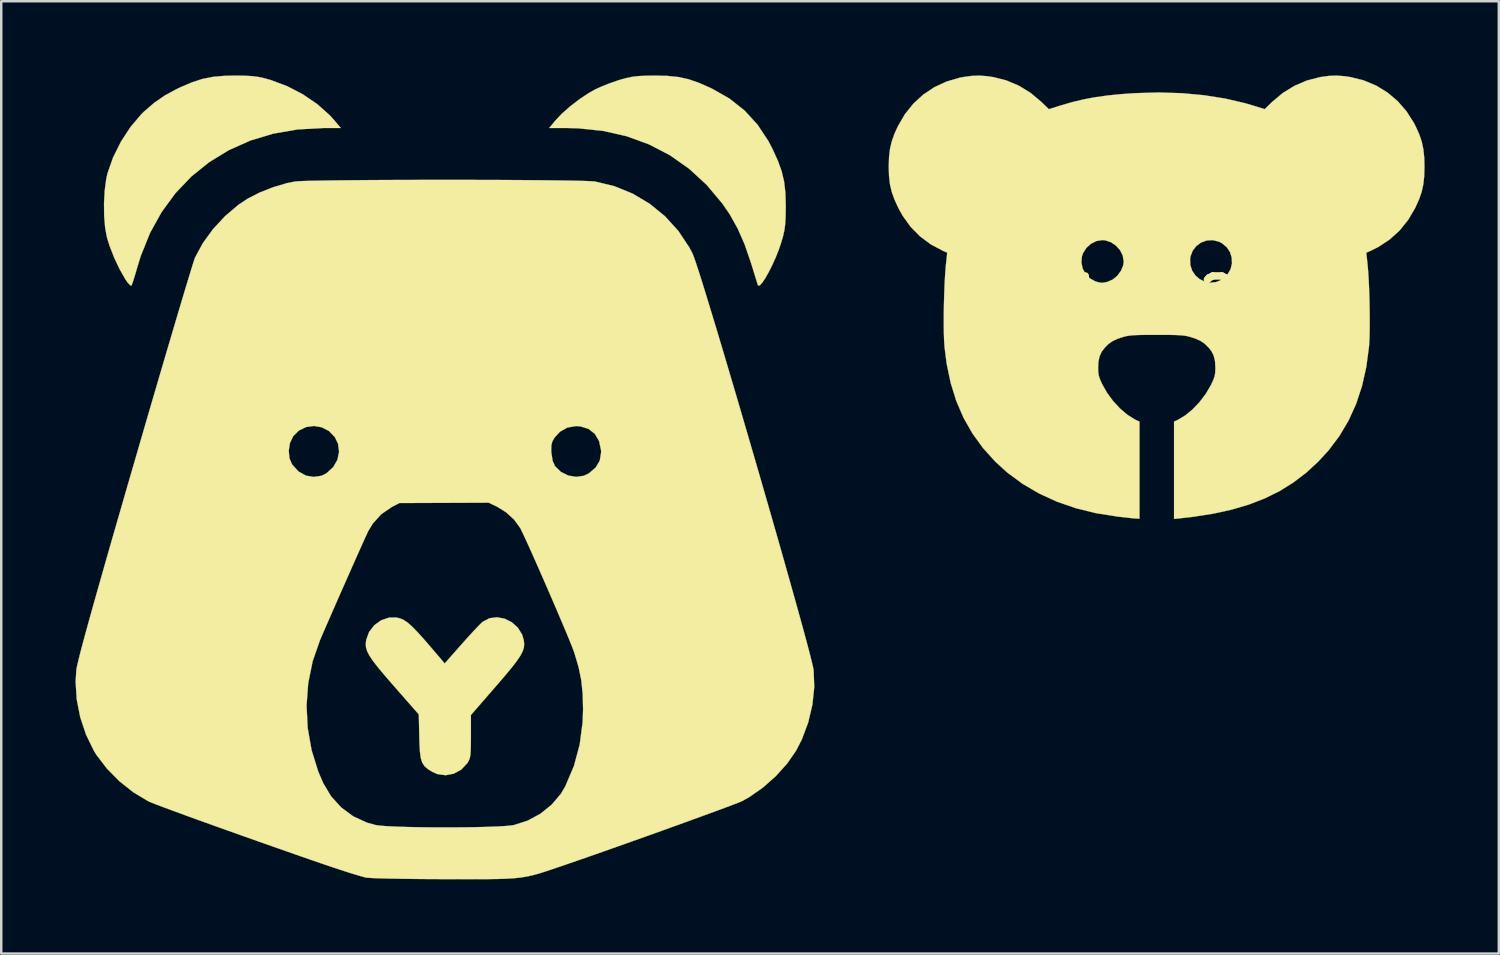
<source format=kicad_pcb>
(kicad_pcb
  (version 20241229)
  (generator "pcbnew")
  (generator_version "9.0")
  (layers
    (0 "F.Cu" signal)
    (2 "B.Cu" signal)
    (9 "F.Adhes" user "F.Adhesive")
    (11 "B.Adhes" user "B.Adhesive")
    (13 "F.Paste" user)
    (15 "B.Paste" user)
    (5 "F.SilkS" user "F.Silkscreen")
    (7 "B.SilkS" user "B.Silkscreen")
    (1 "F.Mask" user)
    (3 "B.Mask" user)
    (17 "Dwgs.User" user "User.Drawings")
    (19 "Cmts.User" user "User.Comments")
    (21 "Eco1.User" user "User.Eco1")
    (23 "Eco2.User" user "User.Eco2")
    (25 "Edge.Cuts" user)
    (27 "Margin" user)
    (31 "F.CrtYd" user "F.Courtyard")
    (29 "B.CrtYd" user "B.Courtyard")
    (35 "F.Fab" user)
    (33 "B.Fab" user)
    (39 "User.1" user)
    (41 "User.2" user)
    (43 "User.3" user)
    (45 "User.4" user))
  (footprint "bear1"
    (layer "F.Cu")
    (at 14.896 16.219)
    (property "Reference" "bear1" (at 0 0 0) (layer "F.SilkS") (effects (font (size 1.524 1.524) (thickness 0.3))))
    (attr through_hole)
    (fp_poly (pts (xy -8.037 -16.208) (xy -7.745 -16.192) (xy -7.5 -16.16) (xy -7.259 -16.107) (xy -7.017 -16.039) (xy -6.348 -15.789) (xy -5.707 -15.456) (xy -5.122 -15.057) (xy -4.622 -14.611) (xy -4.443 -14.412) (xy -4.179 -14.097) (xy -4.891 -14.097) (xy -5.925 -14.039) (xy -6.907 -13.869) (xy -7.833 -13.59) (xy -8.695 -13.206) (xy -9.49 -12.721) (xy -10.212 -12.141) (xy -10.855 -11.467) (xy -11.414 -10.706) (xy -11.883 -9.86) (xy -12.257 -8.933) (xy -12.388 -8.509) (xy -12.472 -8.22) (xy -12.547 -7.976) (xy -12.605 -7.803) (xy -12.638 -7.727) (xy -12.692 -7.748) (xy -12.788 -7.853) (xy -12.879 -7.983) (xy -13.111 -8.391) (xy -13.334 -8.863) (xy -13.521 -9.341) (xy -13.627 -9.684) (xy -13.699 -10.079) (xy -13.738 -10.554) (xy -13.743 -11.066) (xy -13.715 -11.572) (xy -13.655 -12.028) (xy -13.603 -12.264) (xy -13.377 -12.909) (xy -13.059 -13.547) (xy -12.67 -14.142) (xy -12.233 -14.657) (xy -12.12 -14.767) (xy -11.712 -15.118) (xy -11.291 -15.409) (xy -10.806 -15.672) (xy -10.647 -15.747) (xy -10.186 -15.944) (xy -9.765 -16.08) (xy -9.343 -16.164) (xy -8.876 -16.205) (xy -8.414 -16.214) (xy -8.037 -16.208)) (stroke (width 0.01) (type solid)) (fill yes) (layer "F.SilkS"))
    (fp_poly (pts (xy 9.006 -16.203) (xy 9.454 -16.158) (xy 9.864 -16.07) (xy 10.279 -15.928) (xy 10.744 -15.724) (xy 10.827 -15.684) (xy 11.532 -15.282) (xy 12.14 -14.8) (xy 12.66 -14.233) (xy 13.098 -13.57) (xy 13.27 -13.24) (xy 13.486 -12.764) (xy 13.637 -12.344) (xy 13.733 -11.936) (xy 13.785 -11.498) (xy 13.801 -10.985) (xy 13.801 -10.89) (xy 13.795 -10.512) (xy 13.779 -10.22) (xy 13.747 -9.975) (xy 13.694 -9.735) (xy 13.629 -9.507) (xy 13.524 -9.195) (xy 13.397 -8.874) (xy 13.256 -8.562) (xy 13.112 -8.275) (xy 12.974 -8.031) (xy 12.851 -7.848) (xy 12.753 -7.741) (xy 12.688 -7.729) (xy 12.674 -7.753) (xy 12.646 -7.844) (xy 12.587 -8.031) (xy 12.507 -8.29) (xy 12.413 -8.594) (xy 12.388 -8.674) (xy 12.137 -9.402) (xy 11.858 -10.036) (xy 11.538 -10.609) (xy 11.236 -11.049) (xy 10.602 -11.803) (xy 9.895 -12.452) (xy 9.121 -12.997) (xy 8.281 -13.434) (xy 7.379 -13.763) (xy 6.42 -13.981) (xy 5.407 -14.086) (xy 4.965 -14.097) (xy 4.246 -14.097) (xy 4.488 -14.394) (xy 4.751 -14.672) (xy 5.091 -14.972) (xy 5.471 -15.264) (xy 5.853 -15.517) (xy 6.102 -15.656) (xy 6.378 -15.781) (xy 6.711 -15.912) (xy 7.039 -16.025) (xy 7.094 -16.042) (xy 7.36 -16.116) (xy 7.598 -16.166) (xy 7.848 -16.195) (xy 8.15 -16.209) (xy 8.477 -16.214) (xy 9.006 -16.203)) (stroke (width 0.01) (type solid)) (fill yes) (layer "F.SilkS"))
    (fp_poly (pts (xy 2.443 5.728) (xy 2.729 5.87) (xy 2.971 6.085) (xy 3.146 6.364) (xy 3.213 6.585) (xy 3.232 6.735) (xy 3.222 6.881) (xy 3.176 7.035) (xy 3.085 7.213) (xy 2.941 7.428) (xy 2.736 7.695) (xy 2.462 8.025) (xy 2.11 8.435) (xy 2.096 8.45) (xy 1.08 9.62) (xy 1.08 10.484) (xy 1.078 10.837) (xy 1.071 11.088) (xy 1.055 11.263) (xy 1.026 11.388) (xy 0.982 11.487) (xy 0.935 11.563) (xy 0.691 11.824) (xy 0.39 11.989) (xy 0.059 12.052) (xy -0.275 12.006) (xy -0.47 11.921) (xy -0.656 11.806) (xy -0.791 11.689) (xy -0.884 11.548) (xy -0.944 11.361) (xy -0.979 11.105) (xy -0.998 10.758) (xy -1.005 10.509) (xy -1.025 9.596) (xy -2.036 8.443) (xy -2.392 8.033) (xy -2.669 7.702) (xy -2.876 7.435) (xy -3.021 7.22) (xy -3.112 7.041) (xy -3.159 6.884) (xy -3.168 6.737) (xy -3.15 6.585) (xy -3.031 6.26) (xy -2.82 5.989) (xy -2.543 5.791) (xy -2.225 5.684) (xy -1.929 5.681) (xy -1.779 5.716) (xy -1.632 5.781) (xy -1.474 5.888) (xy -1.291 6.05) (xy -1.068 6.279) (xy -0.792 6.587) (xy -0.545 6.874) (xy 0.021 7.536) (xy 0.707 6.759) (xy 0.951 6.486) (xy 1.179 6.237) (xy 1.371 6.034) (xy 1.509 5.895) (xy 1.558 5.852) (xy 1.833 5.709) (xy 2.136 5.671) (xy 2.443 5.728)) (stroke (width 0.01) (type solid)) (fill yes) (layer "F.SilkS"))
    (fp_poly (pts (xy 0.731 -12.002) (xy 1.501 -12) (xy 2.248 -11.998) (xy 2.963 -11.994) (xy 3.633 -11.989) (xy 4.247 -11.983) (xy 4.794 -11.976) (xy 5.262 -11.968) (xy 5.639 -11.959) (xy 5.915 -11.948) (xy 6.078 -11.937) (xy 6.096 -11.934) (xy 6.88 -11.746) (xy 7.621 -11.443) (xy 8.306 -11.034) (xy 8.923 -10.53) (xy 9.462 -9.937) (xy 9.908 -9.265) (xy 10.031 -9.033) (xy 10.085 -8.898) (xy 10.171 -8.65) (xy 10.286 -8.298) (xy 10.428 -7.851) (xy 10.593 -7.317) (xy 10.779 -6.707) (xy 10.985 -6.029) (xy 11.206 -5.292) (xy 11.44 -4.506) (xy 11.685 -3.678) (xy 11.938 -2.82) (xy 12.196 -1.938) (xy 12.457 -1.043) (xy 12.719 -0.144) (xy 12.977 0.75) (xy 13.231 1.631) (xy 13.477 2.489) (xy 13.712 3.315) (xy 13.934 4.101) (xy 14.141 4.836) (xy 14.329 5.512) (xy 14.497 6.12) (xy 14.641 6.651) (xy 14.758 7.096) (xy 14.847 7.445) (xy 14.904 7.69) (xy 14.926 7.807) (xy 14.952 8.489) (xy 14.877 9.204) (xy 14.708 9.92) (xy 14.451 10.606) (xy 14.218 11.06) (xy 13.856 11.582) (xy 13.4 12.088) (xy 12.881 12.548) (xy 12.331 12.933) (xy 12.033 13.098) (xy 11.919 13.147) (xy 11.698 13.233) (xy 11.383 13.351) (xy 10.986 13.499) (xy 10.52 13.669) (xy 9.998 13.859) (xy 9.433 14.064) (xy 8.838 14.278) (xy 8.225 14.498) (xy 7.608 14.718) (xy 6.998 14.935) (xy 6.409 15.143) (xy 5.853 15.338) (xy 5.343 15.515) (xy 4.893 15.67) (xy 4.731 15.726) (xy 4.381 15.844) (xy 4.084 15.944) (xy 3.822 16.026) (xy 3.582 16.092) (xy 3.348 16.144) (xy 3.105 16.184) (xy 2.838 16.213) (xy 2.533 16.232) (xy 2.175 16.244) (xy 1.747 16.25) (xy 1.236 16.252) (xy 0.626 16.252) (xy -0.011 16.25) (xy -0.618 16.248) (xy -1.192 16.243) (xy -1.72 16.236) (xy -2.188 16.228) (xy -2.582 16.218) (xy -2.888 16.207) (xy -3.092 16.195) (xy -3.175 16.185) (xy -3.379 16.128) (xy -3.607 16.061) (xy -3.869 15.98) (xy -4.174 15.881) (xy -4.533 15.762) (xy -4.954 15.619) (xy -5.449 15.448) (xy -6.028 15.247) (xy -6.699 15.011) (xy -7.473 14.739) (xy -8.056 14.533) (xy -8.71 14.3) (xy -9.337 14.076) (xy -9.924 13.865) (xy -10.461 13.67) (xy -10.934 13.496) (xy -11.333 13.348) (xy -11.646 13.229) (xy -11.861 13.145) (xy -11.961 13.101) (xy -12.556 12.743) (xy -13.122 12.295) (xy -13.628 11.783) (xy -14.046 11.235) (xy -14.153 11.063) (xy -14.47 10.413) (xy -14.704 9.711) (xy -14.798 9.235) (xy -5.56 9.235) (xy -5.515 10.144) (xy -5.357 11.039) (xy -5.088 11.904) (xy -4.889 12.369) (xy -4.568 12.906) (xy -4.158 13.357) (xy -3.672 13.715) (xy -3.121 13.968) (xy -2.777 14.064) (xy -2.586 14.091) (xy -2.288 14.113) (xy -1.899 14.131) (xy -1.441 14.145) (xy -0.931 14.154) (xy -0.388 14.16) (xy 0.168 14.161) (xy 0.72 14.158) (xy 1.247 14.151) (xy 1.732 14.139) (xy 2.155 14.123) (xy 2.497 14.103) (xy 2.74 14.079) (xy 2.811 14.067) (xy 3.37 13.889) (xy 3.887 13.61) (xy 4.342 13.243) (xy 4.712 12.808) (xy 4.891 12.506) (xy 5.241 11.683) (xy 5.474 10.821) (xy 5.594 9.912) (xy 5.612 9.398) (xy 5.597 8.769) (xy 5.539 8.213) (xy 5.43 7.68) (xy 5.263 7.119) (xy 5.239 7.048) (xy 5.172 6.871) (xy 5.062 6.598) (xy 4.916 6.245) (xy 4.741 5.831) (xy 4.545 5.372) (xy 4.336 4.885) (xy 4.12 4.387) (xy 3.905 3.895) (xy 3.698 3.427) (xy 3.508 2.999) (xy 3.34 2.628) (xy 3.203 2.332) (xy 3.105 2.127) (xy 3.072 2.064) (xy 2.829 1.729) (xy 2.503 1.429) (xy 2.154 1.212) (xy 1.799 1.041) (xy -0.005 1.048) (xy -1.81 1.055) (xy -2.127 1.221) (xy -2.54 1.505) (xy -2.883 1.882) (xy -3.07 2.191) (xy -3.129 2.318) (xy -3.232 2.544) (xy -3.371 2.853) (xy -3.539 3.228) (xy -3.727 3.652) (xy -3.929 4.109) (xy -4.138 4.58) (xy -4.345 5.051) (xy -4.543 5.503) (xy -4.725 5.919) (xy -4.884 6.284) (xy -5.011 6.58) (xy -5.021 6.604) (xy -5.314 7.447) (xy -5.493 8.33) (xy -5.56 9.235) (xy -14.798 9.235) (xy -14.846 8.987) (xy -14.891 8.273) (xy -14.861 7.802) (xy -14.838 7.67) (xy -14.79 7.458) (xy -14.717 7.163) (xy -14.617 6.782) (xy -14.49 6.311) (xy -14.334 5.746) (xy -14.149 5.084) (xy -13.933 4.32) (xy -13.686 3.452) (xy -13.406 2.476) (xy -13.092 1.388) (xy -12.744 0.183) (xy -12.506 -0.635) (xy -12.383 -1.058) (xy -6.281 -1.058) (xy -6.251 -0.752) (xy -6.148 -0.51) (xy -5.89 -0.222) (xy -5.586 -0.052) (xy -5.271 0) (xy -4.955 -0.046) (xy -4.758 -0.144) (xy -4.486 -0.392) (xy -4.314 -0.69) (xy -4.246 -1.014) (xy -4.251 -1.057) (xy 4.326 -1.057) (xy 4.33 -0.983) (xy 4.38 -0.653) (xy 4.479 -0.432) (xy 4.718 -0.201) (xy 5.014 -0.055) (xy 5.333 -0.002) (xy 5.644 -0.046) (xy 5.847 -0.144) (xy 6.126 -0.385) (xy 6.287 -0.66) (xy 6.34 -0.984) (xy 6.337 -1.084) (xy 6.258 -1.453) (xy 6.086 -1.742) (xy 5.83 -1.942) (xy 5.499 -2.044) (xy 5.329 -2.055) (xy 4.978 -1.996) (xy 4.672 -1.823) (xy 4.456 -1.584) (xy 4.369 -1.431) (xy 4.329 -1.273) (xy 4.326 -1.057) (xy -4.251 -1.057) (xy -4.288 -1.34) (xy -4.415 -1.604) (xy -4.652 -1.853) (xy -4.943 -2.005) (xy -5.261 -2.059) (xy -5.578 -2.016) (xy -5.87 -1.874) (xy -6.104 -1.64) (xy -6.232 -1.37) (xy -6.281 -1.058) (xy -12.383 -1.058) (xy -12.222 -1.613) (xy -11.946 -2.561) (xy -11.679 -3.472) (xy -11.425 -4.338) (xy -11.186 -5.151) (xy -10.963 -5.905) (xy -10.76 -6.591) (xy -10.578 -7.202) (xy -10.419 -7.73) (xy -10.286 -8.167) (xy -10.182 -8.507) (xy -10.108 -8.741) (xy -10.066 -8.861) (xy -10.063 -8.868) (xy -9.751 -9.445) (xy -9.34 -10.01) (xy -8.856 -10.533) (xy -8.326 -10.984) (xy -7.944 -11.24) (xy -7.458 -11.489) (xy -6.907 -11.706) (xy -6.351 -11.87) (xy -6.032 -11.934) (xy -5.895 -11.946) (xy -5.641 -11.957) (xy -5.284 -11.966) (xy -4.834 -11.974) (xy -4.303 -11.982) (xy -3.701 -11.988) (xy -3.042 -11.993) (xy -2.335 -11.997) (xy -1.593 -12) (xy -0.827 -12.001) (xy -0.049 -12.002) (xy 0.731 -12.002)) (stroke (width 0.01) (type solid)) (fill yes) (layer "F.SilkS")))
  (footprint "bear2"
    (layer "F.Cu")
    (at 43.665 8.933)
    (property "Reference" "bear2" (at 0 0 0) (layer "F.SilkS") (effects (font (size 1.524 1.524) (thickness 0.3))))
    (attr through_hole)
    (fp_poly (pts (xy 7.605 -8.905) (xy 7.851 -8.868) (xy 8.389 -8.733) (xy 8.889 -8.523) (xy 9.346 -8.243) (xy 9.755 -7.897) (xy 10.111 -7.487) (xy 10.41 -7.018) (xy 10.476 -6.889) (xy 10.623 -6.565) (xy 10.726 -6.263) (xy 10.792 -5.957) (xy 10.828 -5.621) (xy 10.837 -5.249) (xy 10.827 -4.865) (xy 10.791 -4.535) (xy 10.725 -4.234) (xy 10.621 -3.933) (xy 10.474 -3.605) (xy 10.46 -3.577) (xy 10.176 -3.095) (xy 9.831 -2.669) (xy 9.428 -2.304) (xy 8.972 -2.004) (xy 8.657 -1.848) (xy 8.487 -1.774) (xy 8.538 -1.3) (xy 8.563 -1.013) (xy 8.585 -0.668) (xy 8.602 -0.283) (xy 8.615 0.126) (xy 8.623 0.541) (xy 8.626 0.947) (xy 8.624 1.326) (xy 8.617 1.661) (xy 8.603 1.936) (xy 8.596 2.027) (xy 8.486 2.852) (xy 8.312 3.621) (xy 8.074 4.34) (xy 7.77 5.01) (xy 7.398 5.636) (xy 6.958 6.22) (xy 6.543 6.67) (xy 6.056 7.118) (xy 5.539 7.512) (xy 4.986 7.856) (xy 4.391 8.151) (xy 3.748 8.4) (xy 3.05 8.607) (xy 2.29 8.773) (xy 1.463 8.901) (xy 0.984 8.956) (xy 0.72 8.983) (xy 0.72 5.053) (xy 0.877 4.978) (xy 1.176 4.799) (xy 1.474 4.552) (xy 1.756 4.255) (xy 2.007 3.922) (xy 2.212 3.571) (xy 2.233 3.526) (xy 2.314 3.347) (xy 2.361 3.206) (xy 2.384 3.069) (xy 2.39 2.901) (xy 2.39 2.879) (xy 2.375 2.605) (xy 2.323 2.386) (xy 2.227 2.197) (xy 2.102 2.043) (xy 1.948 1.896) (xy 1.78 1.784) (xy 1.574 1.693) (xy 1.352 1.623) (xy 1.253 1.598) (xy 1.144 1.579) (xy 1.014 1.565) (xy 0.849 1.555) (xy 0.637 1.549) (xy 0.365 1.546) (xy 0.022 1.546) (xy 0.021 1.546) (xy -0.322 1.546) (xy -0.594 1.549) (xy -0.806 1.555) (xy -0.971 1.565) (xy -1.102 1.579) (xy -1.21 1.598) (xy -1.31 1.623) (xy -1.31 1.623) (xy -1.568 1.706) (xy -1.766 1.8) (xy -1.93 1.916) (xy -2.06 2.043) (xy -2.202 2.224) (xy -2.291 2.416) (xy -2.337 2.641) (xy -2.348 2.879) (xy -2.343 3.053) (xy -2.322 3.192) (xy -2.278 3.33) (xy -2.202 3.503) (xy -2.191 3.526) (xy -1.993 3.879) (xy -1.747 4.214) (xy -1.468 4.517) (xy -1.171 4.771) (xy -0.872 4.96) (xy -0.835 4.978) (xy -0.677 5.053) (xy -0.677 8.975) (xy -0.794 8.968) (xy -0.928 8.958) (xy -1.037 8.947) (xy -1.135 8.936) (xy -1.291 8.918) (xy -1.477 8.897) (xy -1.566 8.887) (xy -2.424 8.753) (xy -3.24 8.552) (xy -4.011 8.286) (xy -4.733 7.955) (xy -5.403 7.563) (xy -6.018 7.109) (xy -6.501 6.67) (xy -6.999 6.118) (xy -7.427 5.527) (xy -7.787 4.894) (xy -8.079 4.215) (xy -8.305 3.488) (xy -8.468 2.709) (xy -8.554 2.027) (xy -8.57 1.782) (xy -8.58 1.47) (xy -8.584 1.107) (xy -8.583 0.71) (xy -8.577 0.296) (xy -8.565 -0.117) (xy -8.55 -0.514) (xy -8.53 -0.877) (xy -8.506 -1.19) (xy -8.496 -1.3) (xy -8.487 -1.377) (xy -3.024 -1.377) (xy -2.973 -1.134) (xy -2.856 -0.915) (xy -2.684 -0.738) (xy -2.466 -0.617) (xy -2.413 -0.6) (xy -2.284 -0.567) (xy -2.186 -0.557) (xy -2.079 -0.571) (xy -1.958 -0.6) (xy -1.752 -0.691) (xy -1.568 -0.846) (xy -1.424 -1.042) (xy -1.334 -1.26) (xy -1.313 -1.423) (xy -1.332 -1.535) (xy 1.369 -1.535) (xy 1.376 -1.279) (xy 1.45 -1.05) (xy 1.58 -0.857) (xy 1.754 -0.706) (xy 1.96 -0.605) (xy 2.184 -0.562) (xy 2.416 -0.585) (xy 2.642 -0.68) (xy 2.688 -0.71) (xy 2.879 -0.89) (xy 3.003 -1.103) (xy 3.06 -1.335) (xy 3.052 -1.571) (xy 2.981 -1.796) (xy 2.849 -1.996) (xy 2.656 -2.157) (xy 2.531 -2.22) (xy 2.283 -2.282) (xy 2.039 -2.267) (xy 1.814 -2.185) (xy 1.62 -2.044) (xy 1.471 -1.851) (xy 1.382 -1.614) (xy 1.369 -1.535) (xy -1.332 -1.535) (xy -1.353 -1.659) (xy -1.463 -1.877) (xy -1.629 -2.062) (xy -1.834 -2.199) (xy -2.064 -2.275) (xy -2.18 -2.284) (xy -2.419 -2.244) (xy -2.64 -2.133) (xy -2.825 -1.965) (xy -2.958 -1.754) (xy -3.002 -1.628) (xy -3.024 -1.377) (xy -8.487 -1.377) (xy -8.445 -1.774) (xy -8.614 -1.848) (xy -9.103 -2.107) (xy -9.54 -2.431) (xy -9.922 -2.819) (xy -10.245 -3.266) (xy -10.417 -3.577) (xy -10.576 -3.923) (xy -10.687 -4.234) (xy -10.758 -4.54) (xy -10.796 -4.87) (xy -10.807 -5.249) (xy -10.795 -5.637) (xy -10.756 -5.971) (xy -10.683 -6.28) (xy -10.57 -6.593) (xy -10.434 -6.889) (xy -10.151 -7.373) (xy -9.809 -7.798) (xy -9.413 -8.161) (xy -8.968 -8.458) (xy -8.478 -8.686) (xy -7.949 -8.841) (xy -7.808 -8.868) (xy -7.461 -8.916) (xy -7.149 -8.928) (xy -6.83 -8.905) (xy -6.584 -8.868) (xy -6.053 -8.733) (xy -5.548 -8.519) (xy -5.076 -8.23) (xy -4.645 -7.869) (xy -4.642 -7.866) (xy -4.339 -7.572) (xy -3.852 -7.724) (xy -3.388 -7.859) (xy -2.929 -7.968) (xy -2.459 -8.057) (xy -1.957 -8.126) (xy -1.407 -8.181) (xy -0.84 -8.22) (xy 0.107 -8.246) (xy 1.035 -8.218) (xy 1.933 -8.135) (xy 2.789 -8) (xy 3.592 -7.813) (xy 3.895 -7.724) (xy 4.381 -7.572) (xy 4.684 -7.866) (xy 5.115 -8.227) (xy 5.586 -8.516) (xy 6.09 -8.731) (xy 6.621 -8.867) (xy 6.626 -8.868) (xy 6.974 -8.916) (xy 7.286 -8.928) (xy 7.605 -8.905)) (stroke (width 0.01) (type solid)) (fill yes) (layer "F.SilkS")))
  (gr_rect
    (start -3 -3)
    (end 57.507 35.476)
    (stroke (width 0.1) (type default))
    (fill no)
    (layer "Edge.Cuts")))
</source>
